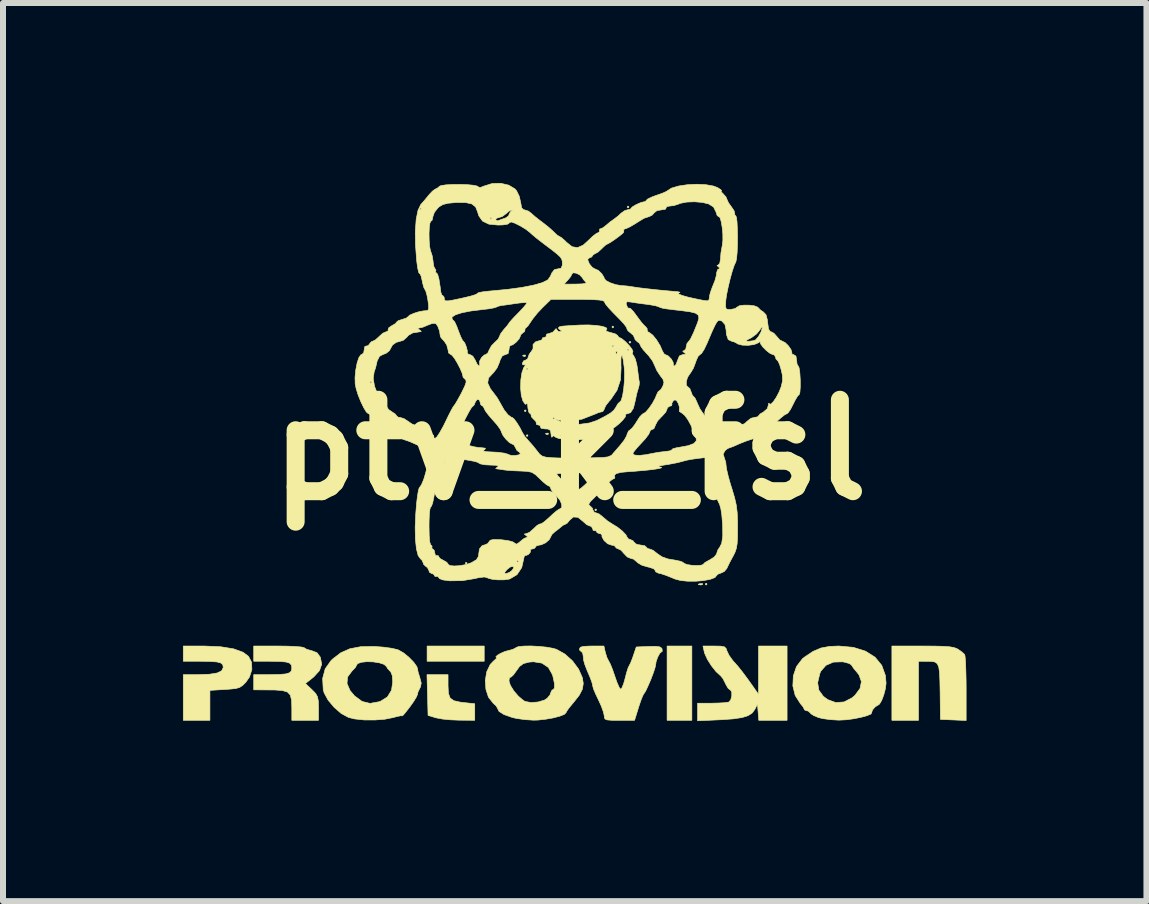
<source format=kicad_pcb>
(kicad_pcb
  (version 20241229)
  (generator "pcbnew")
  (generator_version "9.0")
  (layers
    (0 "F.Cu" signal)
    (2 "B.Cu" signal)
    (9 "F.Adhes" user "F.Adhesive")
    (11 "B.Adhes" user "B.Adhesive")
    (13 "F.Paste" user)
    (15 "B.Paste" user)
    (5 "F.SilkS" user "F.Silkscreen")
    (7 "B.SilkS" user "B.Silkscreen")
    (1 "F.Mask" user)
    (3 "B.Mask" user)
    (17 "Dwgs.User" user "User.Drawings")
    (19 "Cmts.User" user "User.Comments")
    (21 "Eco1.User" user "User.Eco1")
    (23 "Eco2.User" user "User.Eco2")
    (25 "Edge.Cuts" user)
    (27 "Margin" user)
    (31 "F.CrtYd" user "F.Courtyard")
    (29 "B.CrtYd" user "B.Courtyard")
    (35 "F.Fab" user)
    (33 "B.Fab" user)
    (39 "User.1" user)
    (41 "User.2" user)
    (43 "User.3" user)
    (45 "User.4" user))
  (footprint "ptv_k_fsl"
    (layer "F.Cu")
    (at 6.45 4.448)
    (property "Reference" "ptv_k_fsl" (at 0 0 0) (layer "F.SilkS") (effects (font (size 1.524 1.524) (thickness 0.3))))
    (attr through_hole)
    (fp_poly (pts (xy -1.714 1.889) (xy -1.73 1.905) (xy -1.746 1.889) (xy -1.73 1.873) (xy -1.714 1.889)) (stroke (width 0.01) (type solid)) (fill yes) (layer "F.SilkS"))
    (fp_poly (pts (xy -1.429 3.524) (xy -2.381 3.524) (xy -2.381 3.27) (xy -1.429 3.27) (xy -1.429 3.524)) (stroke (width 0.01) (type solid)) (fill yes) (layer "F.SilkS"))
    (fp_poly (pts (xy -0.73 -0.651) (xy -0.746 -0.635) (xy -0.762 -0.651) (xy -0.746 -0.667) (xy -0.73 -0.651)) (stroke (width 0.01) (type solid)) (fill yes) (layer "F.SilkS"))
    (fp_poly (pts (xy -0.699 -0.238) (xy -0.714 -0.222) (xy -0.73 -0.238) (xy -0.714 -0.254) (xy -0.699 -0.238)) (stroke (width 0.01) (type solid)) (fill yes) (layer "F.SilkS"))
    (fp_poly (pts (xy 0.445 1) (xy 0.429 1.016) (xy 0.413 1) (xy 0.429 0.984) (xy 0.445 1)) (stroke (width 0.01) (type solid)) (fill yes) (layer "F.SilkS"))
    (fp_poly (pts (xy 0.73 -2.048) (xy 0.714 -2.032) (xy 0.699 -2.048) (xy 0.714 -2.064) (xy 0.73 -2.048)) (stroke (width 0.01) (type solid)) (fill yes) (layer "F.SilkS"))
    (fp_poly (pts (xy 0.984 -4.048) (xy 0.968 -4.032) (xy 0.953 -4.048) (xy 0.968 -4.064) (xy 0.984 -4.048)) (stroke (width 0.01) (type solid)) (fill yes) (layer "F.SilkS"))
    (fp_poly (pts (xy 1.016 -1.794) (xy 1 -1.778) (xy 0.984 -1.794) (xy 1 -1.81) (xy 1.016 -1.794)) (stroke (width 0.01) (type solid)) (fill yes) (layer "F.SilkS"))
    (fp_poly (pts (xy 2.032 4.508) (xy 1.619 4.508) (xy 1.619 3.27) (xy 2.032 3.27) (xy 2.032 4.508)) (stroke (width 0.01) (type solid)) (fill yes) (layer "F.SilkS"))
    (fp_poly (pts (xy 2.286 2.238) (xy 2.27 2.254) (xy 2.254 2.238) (xy 2.27 2.223) (xy 2.286 2.238)) (stroke (width 0.01) (type solid)) (fill yes) (layer "F.SilkS"))
    (fp_poly (pts (xy -0.741 -1.577) (xy -0.745 -1.558) (xy -0.762 -1.556) (xy -0.788 -1.567) (xy -0.783 -1.577) (xy -0.745 -1.581) (xy -0.741 -1.577)) (stroke (width 0.01) (type solid)) (fill yes) (layer "F.SilkS"))
    (fp_poly (pts (xy -0.36 -0.275) (xy -0.364 -0.256) (xy -0.381 -0.254) (xy -0.407 -0.266) (xy -0.402 -0.275) (xy -0.364 -0.279) (xy -0.36 -0.275)) (stroke (width 0.01) (type solid)) (fill yes) (layer "F.SilkS"))
    (fp_poly (pts (xy 2.214 2.235) (xy 2.204 2.249) (xy 2.172 2.252) (xy 2.138 2.244) (xy 2.153 2.233) (xy 2.203 2.229) (xy 2.214 2.235)) (stroke (width 0.01) (type solid)) (fill yes) (layer "F.SilkS"))
    (fp_poly (pts (xy -2.032 3.933) (xy -2.026 4.058) (xy -1.998 4.136) (xy -1.937 4.181) (xy -1.831 4.205) (xy -1.764 4.213) (xy -1.587 4.232) (xy -1.587 4.508) (xy -1.849 4.506) (xy -1.992 4.5) (xy -2.126 4.487) (xy -2.227 4.468) (xy -2.238 4.465) (xy -2.365 4.427) (xy -2.383 3.747) (xy -2.032 3.747) (xy -2.032 3.933)) (stroke (width 0.01) (type solid)) (fill yes) (layer "F.SilkS"))
    (fp_poly (pts (xy 6.074 3.271) (xy 6.22 3.275) (xy 6.323 3.282) (xy 6.395 3.294) (xy 6.445 3.311) (xy 6.47 3.325) (xy 6.538 3.373) (xy 6.58 3.412) (xy 6.587 3.454) (xy 6.594 3.547) (xy 6.599 3.682) (xy 6.603 3.846) (xy 6.604 3.978) (xy 6.604 4.511) (xy 6.39 4.502) (xy 6.175 4.493) (xy 6.17 4.035) (xy 6.166 3.845) (xy 6.16 3.709) (xy 6.147 3.619) (xy 6.122 3.564) (xy 6.082 3.536) (xy 6.022 3.526) (xy 5.945 3.525) (xy 5.81 3.524) (xy 5.81 4.508) (xy 5.366 4.508) (xy 5.366 3.27) (xy 5.875 3.27) (xy 6.074 3.271)) (stroke (width 0.01) (type solid)) (fill yes) (layer "F.SilkS"))
    (fp_poly (pts (xy -5.822 3.282) (xy -5.606 3.317) (xy -5.447 3.375) (xy -5.358 3.442) (xy -5.307 3.54) (xy -5.302 3.661) (xy -5.341 3.785) (xy -5.401 3.872) (xy -5.455 3.926) (xy -5.506 3.96) (xy -5.573 3.979) (xy -5.676 3.989) (xy -5.75 3.994) (xy -6.001 4.009) (xy -6.001 4.508) (xy -6.445 4.508) (xy -6.445 3.747) (xy -6.193 3.747) (xy -6.007 3.74) (xy -5.879 3.719) (xy -5.804 3.682) (xy -5.779 3.628) (xy -5.779 3.624) (xy -5.787 3.581) (xy -5.819 3.553) (xy -5.885 3.535) (xy -5.994 3.527) (xy -6.156 3.524) (xy -6.162 3.524) (xy -6.445 3.524) (xy -6.445 3.27) (xy -6.092 3.27) (xy -5.822 3.282)) (stroke (width 0.01) (type solid)) (fill yes) (layer "F.SilkS"))
    (fp_poly (pts (xy -4.705 3.272) (xy -4.573 3.278) (xy -4.479 3.286) (xy -4.433 3.297) (xy -4.431 3.298) (xy -4.391 3.323) (xy -4.316 3.345) (xy -4.306 3.347) (xy -4.215 3.382) (xy -4.161 3.456) (xy -4.16 3.46) (xy -4.138 3.573) (xy -4.175 3.68) (xy -4.272 3.786) (xy -4.292 3.802) (xy -4.409 3.895) (xy -4.3 3.998) (xy -4.24 4.059) (xy -4.208 4.115) (xy -4.194 4.188) (xy -4.191 4.3) (xy -4.191 4.305) (xy -4.191 4.508) (xy -4.636 4.508) (xy -4.636 4.298) (xy -4.64 4.172) (xy -4.661 4.088) (xy -4.708 4.037) (xy -4.793 4.012) (xy -4.925 4.002) (xy -5.009 4.002) (xy -5.271 4) (xy -5.271 3.747) (xy -5.003 3.747) (xy -4.844 3.744) (xy -4.738 3.735) (xy -4.674 3.716) (xy -4.644 3.685) (xy -4.636 3.637) (xy -4.636 3.635) (xy -4.643 3.587) (xy -4.673 3.555) (xy -4.735 3.536) (xy -4.84 3.527) (xy -4.998 3.524) (xy -5.003 3.524) (xy -5.271 3.524) (xy -5.271 3.27) (xy -4.86 3.27) (xy -4.705 3.272)) (stroke (width 0.01) (type solid)) (fill yes) (layer "F.SilkS"))
    (fp_poly (pts (xy 2.513 3.272) (xy 2.573 3.283) (xy 2.602 3.309) (xy 2.616 3.349) (xy 2.651 3.424) (xy 2.711 3.508) (xy 2.723 3.522) (xy 2.799 3.607) (xy 2.87 3.696) (xy 2.951 3.804) (xy 3.033 3.919) (xy 3.143 4.075) (xy 3.143 3.27) (xy 3.619 3.27) (xy 3.619 4.508) (xy 3.147 4.508) (xy 3.137 4.374) (xy 3.126 4.239) (xy 3.083 4.324) (xy 3.039 4.385) (xy 2.97 4.43) (xy 2.869 4.462) (xy 2.724 4.484) (xy 2.527 4.498) (xy 2.484 4.5) (xy 2.127 4.516) (xy 2.127 4.223) (xy 2.363 4.223) (xy 2.485 4.22) (xy 2.586 4.214) (xy 2.646 4.204) (xy 2.649 4.203) (xy 2.68 4.167) (xy 2.697 4.104) (xy 2.697 4.041) (xy 2.677 4.003) (xy 2.667 4) (xy 2.636 3.974) (xy 2.598 3.909) (xy 2.591 3.893) (xy 2.55 3.813) (xy 2.507 3.761) (xy 2.502 3.758) (xy 2.435 3.696) (xy 2.358 3.599) (xy 2.29 3.491) (xy 2.246 3.394) (xy 2.24 3.373) (xy 2.217 3.27) (xy 2.407 3.27) (xy 2.513 3.272)) (stroke (width 0.01) (type solid)) (fill yes) (layer "F.SilkS"))
    (fp_poly (pts (xy 4.723 3.292) (xy 4.925 3.355) (xy 5.085 3.456) (xy 5.197 3.592) (xy 5.258 3.761) (xy 5.269 3.889) (xy 5.258 3.981) (xy 5.231 4.084) (xy 5.196 4.176) (xy 5.16 4.237) (xy 5.144 4.249) (xy 5.09 4.282) (xy 5.045 4.332) (xy 5.029 4.375) (xy 5.031 4.38) (xy 5.016 4.404) (xy 4.951 4.431) (xy 4.852 4.458) (xy 4.733 4.482) (xy 4.608 4.499) (xy 4.493 4.505) (xy 4.475 4.505) (xy 4.343 4.497) (xy 4.216 4.48) (xy 4.145 4.463) (xy 4.064 4.43) (xy 4.013 4.396) (xy 4.008 4.387) (xy 3.969 4.353) (xy 3.95 4.35) (xy 3.91 4.335) (xy 3.905 4.324) (xy 3.886 4.284) (xy 3.841 4.23) (xy 3.754 4.093) (xy 3.715 3.933) (xy 3.718 3.881) (xy 4.129 3.881) (xy 4.148 4.005) (xy 4.223 4.108) (xy 4.296 4.163) (xy 4.43 4.212) (xy 4.569 4.202) (xy 4.704 4.132) (xy 4.75 4.092) (xy 4.835 3.978) (xy 4.858 3.863) (xy 4.818 3.752) (xy 4.782 3.705) (xy 4.727 3.64) (xy 4.695 3.591) (xy 4.694 3.588) (xy 4.658 3.562) (xy 4.581 3.54) (xy 4.543 3.533) (xy 4.391 3.538) (xy 4.268 3.591) (xy 4.183 3.687) (xy 4.165 3.727) (xy 4.129 3.881) (xy 3.718 3.881) (xy 3.723 3.768) (xy 3.776 3.612) (xy 3.874 3.483) (xy 3.91 3.454) (xy 4.052 3.359) (xy 4.184 3.303) (xy 4.33 3.276) (xy 4.481 3.27) (xy 4.723 3.292)) (stroke (width 0.01) (type solid)) (fill yes) (layer "F.SilkS"))
    (fp_poly (pts (xy 0.589 3.373) (xy 0.615 3.459) (xy 0.646 3.521) (xy 0.647 3.521) (xy 0.674 3.573) (xy 0.711 3.665) (xy 0.748 3.773) (xy 0.785 3.878) (xy 0.819 3.957) (xy 0.844 3.991) (xy 0.844 3.991) (xy 0.866 3.968) (xy 0.894 3.899) (xy 0.917 3.818) (xy 0.944 3.714) (xy 0.969 3.635) (xy 0.984 3.604) (xy 1.009 3.556) (xy 1.042 3.473) (xy 1.057 3.429) (xy 1.105 3.286) (xy 1.31 3.277) (xy 1.428 3.275) (xy 1.497 3.284) (xy 1.53 3.307) (xy 1.535 3.317) (xy 1.539 3.358) (xy 1.528 3.365) (xy 1.497 3.392) (xy 1.462 3.456) (xy 1.436 3.532) (xy 1.429 3.581) (xy 1.417 3.636) (xy 1.387 3.726) (xy 1.346 3.833) (xy 1.301 3.937) (xy 1.262 4.021) (xy 1.234 4.064) (xy 1.232 4.065) (xy 1.212 4.102) (xy 1.18 4.183) (xy 1.144 4.29) (xy 1.143 4.295) (xy 1.077 4.508) (xy 0.824 4.508) (xy 0.699 4.508) (xy 0.623 4.502) (xy 0.586 4.488) (xy 0.573 4.462) (xy 0.572 4.434) (xy 0.557 4.367) (xy 0.521 4.268) (xy 0.477 4.172) (xy 0.428 4.069) (xy 0.393 3.986) (xy 0.381 3.942) (xy 0.369 3.885) (xy 0.34 3.804) (xy 0.338 3.799) (xy 0.281 3.665) (xy 0.246 3.573) (xy 0.228 3.508) (xy 0.222 3.456) (xy 0.222 3.443) (xy 0.211 3.384) (xy 0.191 3.365) (xy 0.162 3.34) (xy 0.159 3.318) (xy 0.173 3.291) (xy 0.222 3.276) (xy 0.319 3.271) (xy 0.363 3.27) (xy 0.566 3.27) (xy 0.589 3.373)) (stroke (width 0.01) (type solid)) (fill yes) (layer "F.SilkS"))
    (fp_poly (pts (xy -3.247 3.278) (xy -3.105 3.289) (xy -2.975 3.307) (xy -2.878 3.329) (xy -2.859 3.336) (xy -2.773 3.385) (xy -2.683 3.459) (xy -2.604 3.54) (xy -2.552 3.613) (xy -2.541 3.649) (xy -2.53 3.708) (xy -2.504 3.792) (xy -2.501 3.801) (xy -2.479 3.888) (xy -2.491 3.951) (xy -2.501 3.97) (xy -2.533 4.036) (xy -2.54 4.072) (xy -2.558 4.117) (xy -2.605 4.195) (xy -2.667 4.282) (xy -2.731 4.365) (xy -2.776 4.419) (xy -2.794 4.434) (xy -2.794 4.434) (xy -2.821 4.432) (xy -2.891 4.447) (xy -2.945 4.462) (xy -3.085 4.49) (xy -3.255 4.503) (xy -3.431 4.502) (xy -3.59 4.485) (xy -3.692 4.46) (xy -3.813 4.394) (xy -3.931 4.291) (xy -4.032 4.171) (xy -4.097 4.051) (xy -4.112 3.999) (xy -4.118 3.894) (xy -3.716 3.894) (xy -3.666 4.011) (xy -3.59 4.101) (xy -3.464 4.194) (xy -3.332 4.226) (xy -3.183 4.199) (xy -3.158 4.191) (xy -3.042 4.118) (xy -2.974 4.006) (xy -2.954 3.867) (xy -2.962 3.762) (xy -2.987 3.7) (xy -2.995 3.693) (xy -3.042 3.642) (xy -3.056 3.614) (xy -3.098 3.576) (xy -3.178 3.55) (xy -3.28 3.534) (xy -3.387 3.531) (xy -3.479 3.541) (xy -3.541 3.564) (xy -3.556 3.59) (xy -3.578 3.63) (xy -3.631 3.685) (xy -3.635 3.689) (xy -3.706 3.785) (xy -3.716 3.894) (xy -4.118 3.894) (xy -4.122 3.81) (xy -4.08 3.651) (xy -3.984 3.515) (xy -3.957 3.488) (xy -3.819 3.382) (xy -3.667 3.315) (xy -3.486 3.281) (xy -3.262 3.277) (xy -3.247 3.278)) (stroke (width 0.01) (type solid)) (fill yes) (layer "F.SilkS"))
    (fp_poly (pts (xy -0.519 3.276) (xy -0.389 3.289) (xy -0.279 3.309) (xy -0.225 3.325) (xy -0.085 3.403) (xy 0.043 3.518) (xy 0.144 3.655) (xy 0.207 3.797) (xy 0.222 3.895) (xy 0.207 3.989) (xy 0.156 4.089) (xy 0.061 4.21) (xy 0.043 4.231) (xy -0.018 4.305) (xy -0.057 4.362) (xy -0.064 4.379) (xy -0.093 4.409) (xy -0.169 4.439) (xy -0.279 4.468) (xy -0.405 4.49) (xy -0.533 4.504) (xy -0.608 4.506) (xy -0.746 4.497) (xy -0.886 4.478) (xy -0.961 4.461) (xy -1.1 4.412) (xy -1.183 4.359) (xy -1.206 4.311) (xy -1.229 4.27) (xy -1.28 4.222) (xy -1.358 4.124) (xy -1.401 3.991) (xy -1.41 3.853) (xy -1.016 3.853) (xy -0.993 3.926) (xy -0.936 4.017) (xy -0.859 4.107) (xy -0.779 4.175) (xy -0.746 4.194) (xy -0.649 4.212) (xy -0.531 4.203) (xy -0.425 4.171) (xy -0.379 4.141) (xy -0.332 4.084) (xy -0.318 4.043) (xy -0.299 4.004) (xy -0.286 4) (xy -0.259 3.973) (xy -0.258 3.897) (xy -0.283 3.78) (xy -0.293 3.746) (xy -0.36 3.627) (xy -0.467 3.555) (xy -0.609 3.532) (xy -0.68 3.538) (xy -0.775 3.562) (xy -0.841 3.611) (xy -0.891 3.681) (xy -0.942 3.751) (xy -0.981 3.787) (xy -0.992 3.789) (xy -1.01 3.804) (xy -1.016 3.853) (xy -1.41 3.853) (xy -1.411 3.843) (xy -1.387 3.699) (xy -1.329 3.578) (xy -1.278 3.524) (xy -1.23 3.481) (xy -1.219 3.461) (xy -1.22 3.461) (xy -1.236 3.45) (xy -1.209 3.424) (xy -1.154 3.391) (xy -1.087 3.362) (xy -1.036 3.348) (xy -0.956 3.327) (xy -0.906 3.303) (xy -0.903 3.298) (xy -0.86 3.28) (xy -0.771 3.271) (xy -0.651 3.269) (xy -0.519 3.276)) (stroke (width 0.01) (type solid)) (fill yes) (layer "F.SilkS"))
    (fp_poly (pts (xy 0.436 -2.074) (xy 0.537 -2.059) (xy 0.601 -2.038) (xy 0.617 -2.014) (xy 0.603 -2) (xy 0.603 -1.98) (xy 0.658 -1.96) (xy 0.679 -1.955) (xy 0.754 -1.934) (xy 0.792 -1.909) (xy 0.794 -1.904) (xy 0.817 -1.874) (xy 0.823 -1.873) (xy 0.864 -1.853) (xy 0.923 -1.805) (xy 0.983 -1.743) (xy 1.031 -1.683) (xy 1.05 -1.642) (xy 1.047 -1.634) (xy 1.039 -1.6) (xy 1.061 -1.57) (xy 1.09 -1.514) (xy 1.115 -1.419) (xy 1.127 -1.341) (xy 1.14 -1.237) (xy 1.151 -1.157) (xy 1.157 -1.127) (xy 1.153 -1.075) (xy 1.138 -1.02) (xy 1.113 -0.935) (xy 1.092 -0.834) (xy 1.091 -0.829) (xy 1.058 -0.694) (xy 1.01 -0.62) (xy 0.962 -0.603) (xy 0.928 -0.594) (xy 0.93 -0.583) (xy 0.924 -0.551) (xy 0.881 -0.496) (xy 0.817 -0.433) (xy 0.749 -0.378) (xy 0.69 -0.346) (xy 0.682 -0.343) (xy 0.634 -0.316) (xy 0.627 -0.292) (xy 0.61 -0.258) (xy 0.59 -0.254) (xy 0.542 -0.232) (xy 0.533 -0.218) (xy 0.497 -0.198) (xy 0.412 -0.184) (xy 0.295 -0.174) (xy 0.162 -0.17) (xy 0.026 -0.171) (xy -0.096 -0.178) (xy -0.188 -0.19) (xy -0.235 -0.208) (xy -0.276 -0.236) (xy -0.297 -0.214) (xy -0.308 -0.212) (xy -0.312 -0.238) (xy -0.159 -0.238) (xy -0.143 -0.222) (xy -0.127 -0.238) (xy -0.143 -0.254) (xy -0.159 -0.238) (xy -0.312 -0.238) (xy -0.315 -0.26) (xy -0.315 -0.262) (xy -0.326 -0.324) (xy -0.367 -0.347) (xy -0.415 -0.349) (xy -0.478 -0.358) (xy -0.493 -0.38) (xy -0.492 -0.381) (xy -0.5 -0.408) (xy -0.524 -0.413) (xy -0.56 -0.425) (xy -0.559 -0.439) (xy -0.569 -0.475) (xy -0.599 -0.504) (xy -0.238 -0.504) (xy -0.127 -0.459) (xy 0.005 -0.429) (xy 0.165 -0.426) (xy 0.325 -0.448) (xy 0.445 -0.488) (xy 0.583 -0.558) (xy 0.674 -0.612) (xy 0.731 -0.66) (xy 0.765 -0.708) (xy 0.769 -0.717) (xy 0.803 -0.774) (xy 0.828 -0.794) (xy 0.854 -0.823) (xy 0.877 -0.9) (xy 0.895 -1.011) (xy 0.907 -1.139) (xy 0.91 -1.27) (xy 0.905 -1.368) (xy 0.888 -1.5) (xy 0.871 -1.57) (xy 0.858 -1.577) (xy 0.85 -1.521) (xy 0.85 -1.403) (xy 0.852 -1.369) (xy 0.842 -1.166) (xy 0.785 -0.994) (xy 0.677 -0.835) (xy 0.651 -0.807) (xy 0.598 -0.739) (xy 0.572 -0.684) (xy 0.572 -0.678) (xy 0.548 -0.639) (xy 0.532 -0.635) (xy 0.476 -0.621) (xy 0.413 -0.594) (xy 0.2 -0.511) (xy -0.003 -0.481) (xy -0.086 -0.485) (xy -0.238 -0.504) (xy -0.599 -0.504) (xy -0.603 -0.508) (xy -0.618 -0.524) (xy -0.286 -0.524) (xy -0.27 -0.508) (xy -0.254 -0.524) (xy -0.27 -0.54) (xy -0.286 -0.524) (xy -0.618 -0.524) (xy -0.644 -0.551) (xy -0.647 -0.577) (xy -0.655 -0.602) (xy -0.665 -0.603) (xy -0.688 -0.631) (xy -0.701 -0.699) (xy -0.701 -0.706) (xy -0.707 -0.764) (xy -0.718 -0.773) (xy -0.72 -0.768) (xy -0.744 -0.759) (xy -0.781 -0.81) (xy -0.784 -0.815) (xy -0.811 -0.907) (xy -0.823 -1.031) (xy -0.819 -1.165) (xy -0.801 -1.285) (xy -0.778 -1.349) (xy -0.73 -1.349) (xy -0.714 -1.333) (xy -0.699 -1.349) (xy -0.714 -1.365) (xy -0.73 -1.349) (xy -0.778 -1.349) (xy -0.77 -1.37) (xy -0.764 -1.379) (xy -0.74 -1.416) (xy -0.754 -1.416) (xy -0.788 -1.418) (xy -0.794 -1.443) (xy -0.769 -1.486) (xy -0.746 -1.492) (xy -0.704 -1.517) (xy -0.699 -1.538) (xy -0.678 -1.595) (xy -0.659 -1.619) (xy 0.762 -1.619) (xy 0.774 -1.593) (xy 0.783 -1.598) (xy 0.787 -1.636) (xy 0.783 -1.64) (xy 0.764 -1.636) (xy 0.762 -1.619) (xy -0.659 -1.619) (xy -0.649 -1.633) (xy -0.626 -1.667) (xy 0.953 -1.667) (xy 0.968 -1.651) (xy 0.984 -1.667) (xy 0.968 -1.683) (xy 0.953 -1.667) (xy -0.626 -1.667) (xy -0.616 -1.682) (xy -0.615 -1.708) (xy -0.615 -1.73) (xy 0.699 -1.73) (xy 0.714 -1.714) (xy 0.73 -1.73) (xy 0.714 -1.746) (xy 0.699 -1.73) (xy -0.615 -1.73) (xy -0.615 -1.757) (xy -0.572 -1.801) (xy -0.515 -1.818) (xy -0.469 -1.832) (xy -0.464 -1.848) (xy -0.453 -1.87) (xy -0.429 -1.873) (xy -0.394 -1.888) (xy -0.397 -1.905) (xy -0.387 -1.93) (xy -0.353 -1.937) (xy -0.285 -1.962) (xy -0.257 -1.992) (xy -0.231 -2.021) (xy -0.223 -2.008) (xy -0.196 -1.976) (xy -0.167 -1.971) (xy -0.137 -1.979) (xy -0.151 -1.99) (xy -0.188 -2.019) (xy -0.191 -2.029) (xy -0.186 -2.044) (xy -0.167 -2.054) (xy -0.121 -2.062) (xy -0.038 -2.068) (xy 0.093 -2.076) (xy 0.165 -2.08) (xy 0.308 -2.082) (xy 0.436 -2.074)) (stroke (width 0.01) (type solid)) (fill yes) (layer "F.SilkS"))
    (fp_poly (pts (xy -1.021 -4.412) (xy -0.917 -4.35) (xy -0.89 -4.319) (xy -0.844 -4.225) (xy -0.821 -4.119) (xy -0.82 -4.117) (xy -0.806 -4.035) (xy -0.773 -4.002) (xy -0.757 -4) (xy -0.692 -3.979) (xy -0.644 -3.942) (xy -0.584 -3.889) (xy -0.498 -3.821) (xy -0.46 -3.793) (xy -0.369 -3.722) (xy -0.288 -3.651) (xy -0.266 -3.629) (xy -0.212 -3.578) (xy -0.175 -3.556) (xy -0.174 -3.556) (xy -0.139 -3.535) (xy -0.08 -3.483) (xy -0.059 -3.461) (xy 0.035 -3.386) (xy 0.125 -3.37) (xy 0.22 -3.412) (xy 0.309 -3.492) (xy 0.383 -3.563) (xy 0.444 -3.609) (xy 0.47 -3.619) (xy 0.496 -3.637) (xy 0.492 -3.651) (xy 0.495 -3.681) (xy 0.506 -3.683) (xy 0.553 -3.703) (xy 0.598 -3.739) (xy 0.672 -3.801) (xy 0.73 -3.842) (xy 0.806 -3.9) (xy 0.853 -3.945) (xy 0.916 -3.989) (xy 0.96 -4.001) (xy 1.007 -4.012) (xy 1.016 -4.024) (xy 1.042 -4.051) (xy 1.103 -4.087) (xy 1.175 -4.119) (xy 1.233 -4.135) (xy 1.246 -4.135) (xy 1.269 -4.151) (xy 1.27 -4.157) (xy 1.298 -4.182) (xy 1.369 -4.216) (xy 1.437 -4.241) (xy 1.532 -4.274) (xy 1.599 -4.303) (xy 1.619 -4.315) (xy 1.691 -4.362) (xy 1.809 -4.397) (xy 1.955 -4.419) (xy 2.112 -4.427) (xy 2.264 -4.42) (xy 2.393 -4.397) (xy 2.461 -4.371) (xy 2.515 -4.336) (xy 2.528 -4.318) (xy 2.524 -4.317) (xy 2.52 -4.301) (xy 2.55 -4.272) (xy 2.6 -4.216) (xy 2.616 -4.178) (xy 2.641 -4.121) (xy 2.691 -4.05) (xy 2.694 -4.047) (xy 2.736 -3.984) (xy 2.747 -3.939) (xy 2.746 -3.936) (xy 2.75 -3.907) (xy 2.762 -3.905) (xy 2.775 -3.876) (xy 2.785 -3.798) (xy 2.79 -3.686) (xy 2.793 -3.555) (xy 2.792 -3.42) (xy 2.787 -3.295) (xy 2.778 -3.195) (xy 2.766 -3.135) (xy 2.762 -3.127) (xy 2.737 -3.073) (xy 2.704 -2.973) (xy 2.669 -2.847) (xy 2.637 -2.712) (xy 2.611 -2.586) (xy 2.597 -2.487) (xy 2.597 -2.477) (xy 2.593 -2.389) (xy 2.605 -2.348) (xy 2.642 -2.339) (xy 2.683 -2.341) (xy 2.753 -2.355) (xy 2.788 -2.38) (xy 2.825 -2.402) (xy 2.9 -2.412) (xy 2.991 -2.411) (xy 3.075 -2.4) (xy 3.128 -2.379) (xy 3.134 -2.373) (xy 3.181 -2.326) (xy 3.223 -2.299) (xy 3.268 -2.252) (xy 3.291 -2.165) (xy 3.296 -2.116) (xy 3.31 -2.015) (xy 3.338 -1.971) (xy 3.351 -1.969) (xy 3.399 -1.944) (xy 3.448 -1.889) (xy 3.498 -1.832) (xy 3.541 -1.81) (xy 3.588 -1.787) (xy 3.641 -1.734) (xy 3.684 -1.672) (xy 3.699 -1.623) (xy 3.697 -1.616) (xy 3.706 -1.591) (xy 3.729 -1.587) (xy 3.767 -1.562) (xy 3.778 -1.492) (xy 3.786 -1.425) (xy 3.805 -1.397) (xy 3.805 -1.397) (xy 3.819 -1.368) (xy 3.831 -1.291) (xy 3.838 -1.181) (xy 3.839 -1.159) (xy 3.839 -1.045) (xy 3.833 -0.961) (xy 3.822 -0.922) (xy 3.819 -0.921) (xy 3.793 -0.894) (xy 3.753 -0.826) (xy 3.721 -0.762) (xy 3.676 -0.674) (xy 3.636 -0.617) (xy 3.618 -0.603) (xy 3.578 -0.583) (xy 3.514 -0.532) (xy 3.488 -0.508) (xy 3.417 -0.449) (xy 3.358 -0.416) (xy 3.345 -0.413) (xy 3.306 -0.396) (xy 3.302 -0.385) (xy 3.275 -0.356) (xy 3.232 -0.338) (xy 3.186 -0.317) (xy 3.183 -0.299) (xy 3.184 -0.263) (xy 3.138 -0.221) (xy 3.06 -0.185) (xy 3.033 -0.178) (xy 2.944 -0.149) (xy 2.837 -0.107) (xy 2.805 -0.093) (xy 2.721 -0.056) (xy 2.663 -0.035) (xy 2.651 -0.032) (xy 2.615 -0.012) (xy 2.584 0.015) (xy 2.554 0.071) (xy 2.57 0.124) (xy 2.597 0.206) (xy 2.603 0.267) (xy 2.613 0.332) (xy 2.638 0.439) (xy 2.675 0.571) (xy 2.699 0.646) (xy 2.744 0.797) (xy 2.773 0.924) (xy 2.788 1.051) (xy 2.794 1.205) (xy 2.794 1.292) (xy 2.793 1.451) (xy 2.787 1.563) (xy 2.773 1.644) (xy 2.75 1.711) (xy 2.715 1.78) (xy 2.714 1.781) (xy 2.664 1.874) (xy 2.626 1.952) (xy 2.615 1.977) (xy 2.572 2.028) (xy 2.52 2.052) (xy 2.463 2.074) (xy 2.445 2.094) (xy 2.416 2.129) (xy 2.338 2.158) (xy 2.227 2.179) (xy 2.098 2.19) (xy 1.966 2.19) (xy 1.845 2.178) (xy 1.756 2.155) (xy 1.668 2.119) (xy 1.603 2.093) (xy 1.519 2.065) (xy 1.476 2.056) (xy 1.428 2.032) (xy 1.42 2.009) (xy 1.396 1.983) (xy 1.329 1.959) (xy 1.293 1.951) (xy 1.198 1.923) (xy 1.128 1.881) (xy 1.117 1.869) (xy 1.059 1.821) (xy 1.015 1.81) (xy 0.955 1.785) (xy 0.902 1.73) (xy 0.851 1.673) (xy 0.806 1.651) (xy 0.766 1.633) (xy 0.762 1.619) (xy 0.735 1.595) (xy 0.69 1.587) (xy 0.628 1.565) (xy 0.569 1.512) (xy 0.534 1.45) (xy 0.533 1.421) (xy 0.514 1.4) (xy 0.492 1.397) (xy 0.45 1.379) (xy 0.445 1.363) (xy 0.425 1.344) (xy 0.413 1.349) (xy 0.386 1.342) (xy 0.381 1.319) (xy 0.356 1.276) (xy 0.333 1.27) (xy 0.281 1.248) (xy 0.219 1.194) (xy 0.216 1.191) (xy 0.134 1.125) (xy 0.058 1.119) (xy -0.005 1.171) (xy -0.007 1.175) (xy -0.048 1.224) (xy -0.073 1.238) (xy -0.117 1.258) (xy -0.141 1.278) (xy -0.2 1.327) (xy -0.25 1.364) (xy -0.301 1.411) (xy -0.318 1.445) (xy -0.344 1.496) (xy -0.405 1.549) (xy -0.478 1.583) (xy -0.508 1.587) (xy -0.56 1.601) (xy -0.572 1.619) (xy -0.598 1.647) (xy -0.624 1.651) (xy -0.66 1.66) (xy -0.658 1.67) (xy -0.659 1.704) (xy -0.691 1.743) (xy -0.729 1.76) (xy -0.738 1.757) (xy -0.76 1.77) (xy -0.767 1.8) (xy -0.804 1.963) (xy -0.883 2.081) (xy -1.002 2.151) (xy -1.016 2.155) (xy -1.099 2.167) (xy -1.202 2.167) (xy -1.299 2.157) (xy -1.365 2.139) (xy -1.373 2.134) (xy -1.426 2.119) (xy -1.524 2.131) (xy -1.587 2.146) (xy -1.793 2.18) (xy -2.004 2.183) (xy -2.119 2.168) (xy -2.175 2.146) (xy -2.191 2.123) (xy -2.21 2.106) (xy -2.223 2.111) (xy -2.252 2.109) (xy -2.254 2.097) (xy -2.28 2.068) (xy -2.302 2.064) (xy -2.333 2.045) (xy -1.089 2.045) (xy -1.08 2.063) (xy -1.067 2.064) (xy -1.009 2.043) (xy -0.966 2.01) (xy -0.934 1.963) (xy -0.951 1.943) (xy -0.998 1.954) (xy -1.051 1.997) (xy -1.089 2.045) (xy -2.333 2.045) (xy -2.344 2.038) (xy -2.349 2.015) (xy -2.375 1.962) (xy -2.397 1.948) (xy -2.439 1.909) (xy -2.445 1.887) (xy -2.469 1.835) (xy -2.489 1.819) (xy -2.53 1.763) (xy -2.559 1.651) (xy -2.576 1.492) (xy -2.58 1.293) (xy -2.579 1.27) (xy -2.349 1.27) (xy -2.346 1.429) (xy -2.337 1.535) (xy -2.322 1.585) (xy -2.316 1.587) (xy -2.297 1.607) (xy -2.302 1.619) (xy -2.299 1.649) (xy -2.288 1.651) (xy -2.261 1.678) (xy -2.254 1.716) (xy -2.242 1.76) (xy -2.223 1.762) (xy -2.193 1.765) (xy -2.191 1.777) (xy -2.164 1.812) (xy -2.111 1.841) (xy -2.052 1.875) (xy -2.032 1.904) (xy -2.004 1.928) (xy -1.933 1.936) (xy -1.837 1.931) (xy -1.734 1.912) (xy -1.646 1.883) (xy -1.602 1.857) (xy -0.889 1.857) (xy -0.873 1.873) (xy -0.857 1.857) (xy -0.873 1.841) (xy -0.889 1.857) (xy -1.602 1.857) (xy -1.56 1.833) (xy -1.526 1.778) (xy -1.524 1.759) (xy -1.508 1.651) (xy -1.463 1.595) (xy -1.429 1.587) (xy -1.37 1.562) (xy -1.352 1.536) (xy -1.329 1.507) (xy -1.278 1.495) (xy -1.185 1.496) (xy -1.14 1.499) (xy -1.029 1.513) (xy -0.95 1.535) (xy -0.922 1.554) (xy -0.893 1.573) (xy -0.848 1.545) (xy -0.829 1.528) (xy -0.768 1.479) (xy -0.722 1.46) (xy -0.706 1.449) (xy -0.73 1.429) (xy -0.761 1.404) (xy -0.736 1.398) (xy -0.728 1.397) (xy -0.674 1.375) (xy -0.612 1.32) (xy -0.609 1.318) (xy -0.552 1.263) (xy -0.509 1.238) (xy -0.507 1.238) (xy -0.474 1.23) (xy -0.428 1.199) (xy -0.357 1.137) (xy -0.287 1.072) (xy -0.222 1.016) (xy -0.175 0.986) (xy -0.168 0.984) (xy -0.136 0.962) (xy -0.138 0.907) (xy -0.138 0.906) (xy 0.313 0.906) (xy 0.325 0.929) (xy 0.331 0.931) (xy 0.375 0.973) (xy 0.381 0.999) (xy 0.407 1.042) (xy 0.43 1.048) (xy 0.486 1.069) (xy 0.549 1.12) (xy 0.629 1.187) (xy 0.702 1.234) (xy 0.792 1.289) (xy 0.875 1.355) (xy 0.934 1.418) (xy 0.953 1.456) (xy 0.978 1.488) (xy 1.001 1.492) (xy 1.054 1.518) (xy 1.068 1.54) (xy 1.111 1.575) (xy 1.178 1.587) (xy 1.244 1.597) (xy 1.27 1.619) (xy 1.296 1.646) (xy 1.326 1.652) (xy 1.385 1.674) (xy 1.451 1.726) (xy 1.452 1.727) (xy 1.532 1.782) (xy 1.632 1.818) (xy 1.642 1.82) (xy 1.762 1.84) (xy 1.836 1.856) (xy 1.878 1.872) (xy 1.905 1.893) (xy 1.907 1.894) (xy 1.952 1.912) (xy 2.028 1.924) (xy 2.114 1.928) (xy 2.186 1.923) (xy 2.222 1.91) (xy 2.223 1.906) (xy 2.248 1.88) (xy 2.312 1.843) (xy 2.334 1.832) (xy 2.405 1.786) (xy 2.443 1.738) (xy 2.445 1.729) (xy 2.466 1.666) (xy 2.492 1.631) (xy 2.529 1.559) (xy 2.547 1.436) (xy 2.545 1.259) (xy 2.531 1.083) (xy 2.515 0.981) (xy 2.493 0.904) (xy 2.479 0.879) (xy 2.455 0.825) (xy 2.445 0.743) (xy 2.445 0.738) (xy 2.433 0.641) (xy 2.407 0.561) (xy 2.376 0.496) (xy 2.365 0.46) (xy 2.355 0.413) (xy 2.334 0.329) (xy 2.32 0.277) (xy 2.278 0.126) (xy 2.131 0.143) (xy 2.031 0.157) (xy 1.951 0.172) (xy 1.931 0.177) (xy 1.795 0.213) (xy 1.634 0.244) (xy 1.572 0.253) (xy 1.495 0.267) (xy 1.463 0.277) (xy 1.474 0.281) (xy 1.526 0.289) (xy 1.523 0.301) (xy 1.469 0.314) (xy 1.372 0.329) (xy 1.239 0.343) (xy 1.076 0.357) (xy 0.995 0.362) (xy 0.853 0.375) (xy 0.77 0.396) (xy 0.741 0.425) (xy 0.747 0.447) (xy 0.747 0.475) (xy 0.739 0.476) (xy 0.701 0.496) (xy 0.638 0.546) (xy 0.608 0.572) (xy 0.55 0.628) (xy 0.523 0.662) (xy 0.525 0.667) (xy 0.515 0.686) (xy 0.469 0.736) (xy 0.413 0.79) (xy 0.341 0.862) (xy 0.313 0.906) (xy -0.138 0.906) (xy -0.167 0.839) (xy -0.22 0.775) (xy -0.224 0.772) (xy -0.285 0.71) (xy -0.316 0.656) (xy -0.318 0.648) (xy -0.336 0.608) (xy -0.351 0.603) (xy -0.39 0.582) (xy -0.455 0.528) (xy -0.504 0.48) (xy -0.575 0.413) (xy -0.597 0.399) (xy -0.222 0.399) (xy -0.201 0.432) (xy -0.148 0.487) (xy -0.085 0.545) (xy -0.029 0.59) (xy -0.003 0.603) (xy 0.028 0.629) (xy 0.032 0.651) (xy 0.051 0.693) (xy 0.104 0.688) (xy 0.186 0.638) (xy 0.254 0.579) (xy 0.337 0.496) (xy 0.376 0.439) (xy 0.366 0.405) (xy 0.303 0.387) (xy 0.183 0.383) (xy 0.079 0.385) (xy -0.05 0.389) (xy -0.152 0.393) (xy -0.212 0.397) (xy -0.222 0.399) (xy -0.597 0.399) (xy -0.635 0.375) (xy -0.71 0.359) (xy -0.822 0.353) (xy -0.828 0.353) (xy -0.945 0.348) (xy -1.044 0.341) (xy -1.095 0.335) (xy -1.173 0.323) (xy -1.206 0.319) (xy -1.238 0.313) (xy -1.214 0.291) (xy -1.206 0.286) (xy -1.196 0.267) (xy -1.24 0.257) (xy -1.319 0.254) (xy -1.418 0.249) (xy -1.49 0.235) (xy -1.51 0.225) (xy -1.538 0.208) (xy -1.592 0.192) (xy -1.682 0.175) (xy -1.819 0.153) (xy -1.925 0.138) (xy -2.011 0.13) (xy -2.055 0.144) (xy -2.08 0.186) (xy -2.083 0.195) (xy -2.099 0.263) (xy -2.1 0.299) (xy -2.115 0.339) (xy -2.128 0.35) (xy -2.156 0.394) (xy -2.178 0.474) (xy -2.181 0.496) (xy -2.198 0.579) (xy -2.218 0.63) (xy -2.223 0.635) (xy -2.242 0.673) (xy -2.262 0.753) (xy -2.271 0.802) (xy -2.289 0.889) (xy -2.311 0.944) (xy -2.321 0.953) (xy -2.333 0.982) (xy -2.343 1.062) (xy -2.348 1.178) (xy -2.349 1.27) (xy -2.579 1.27) (xy -2.57 1.062) (xy -2.556 0.889) (xy -2.542 0.773) (xy -2.527 0.683) (xy -2.514 0.637) (xy -2.512 0.635) (xy -2.475 0.582) (xy -2.437 0.491) (xy -2.403 0.377) (xy -2.376 0.254) (xy -2.358 0.137) (xy -2.352 0.042) (xy -2.361 -0.019) (xy -2.378 -0.032) (xy -2.428 -0.035) (xy -2.478 -0.05) (xy -2.553 -0.085) (xy -2.572 -0.094) (xy -2.672 -0.138) (xy -2.766 -0.17) (xy -2.774 -0.172) (xy -2.87 -0.211) (xy -2.935 -0.268) (xy -2.953 -0.315) (xy -2.978 -0.345) (xy -3 -0.349) (xy -3.043 -0.366) (xy -3.048 -0.381) (xy -3.073 -0.411) (xy -3.088 -0.413) (xy -3.134 -0.433) (xy -3.202 -0.484) (xy -3.229 -0.508) (xy -3.298 -0.566) (xy -3.35 -0.6) (xy -3.361 -0.603) (xy -3.394 -0.631) (xy -3.438 -0.703) (xy -3.486 -0.803) (xy -3.531 -0.915) (xy -3.564 -1.022) (xy -3.58 -1.1) (xy -3.58 -1.127) (xy -3.334 -1.127) (xy -3.318 -1.111) (xy -3.302 -1.127) (xy -3.318 -1.143) (xy -3.334 -1.127) (xy -3.58 -1.127) (xy -3.582 -1.189) (xy -3.279 -1.189) (xy -3.257 -1.058) (xy -3.205 -0.928) (xy -3.135 -0.828) (xy -3.08 -0.763) (xy -3.05 -0.714) (xy -3.048 -0.707) (xy -3.023 -0.672) (xy -2.969 -0.635) (xy -2.911 -0.596) (xy -2.889 -0.566) (xy -2.863 -0.544) (xy -2.831 -0.54) (xy -2.765 -0.52) (xy -2.699 -0.476) (xy -2.633 -0.431) (xy -2.583 -0.413) (xy -2.544 -0.395) (xy -2.54 -0.383) (xy -2.513 -0.358) (xy -2.453 -0.343) (xy -2.391 -0.324) (xy -2.373 -0.294) (xy -2.354 -0.262) (xy -2.316 -0.254) (xy -2.272 -0.242) (xy -2.27 -0.222) (xy -2.265 -0.194) (xy -2.248 -0.191) (xy -2.241 -0.197) (xy -1.878 -0.197) (xy -1.877 -0.133) (xy -1.835 -0.101) (xy -1.794 -0.093) (xy -1.725 -0.081) (xy -1.619 -0.057) (xy -1.587 -0.049) (xy -1.519 -0.038) (xy -1.46 -0.034) (xy -1.409 -0.027) (xy -1.416 -0.009) (xy -1.429 0) (xy -1.442 0.02) (xy -1.401 0.03) (xy -1.333 0.034) (xy -1.197 0.041) (xy -1.089 0.056) (xy -1.027 0.075) (xy -1.021 0.08) (xy -0.977 0.094) (xy -0.911 0.094) (xy -0.851 0.083) (xy -0.826 0.064) (xy -0.848 0.033) (xy -0.855 0.032) (xy -0.887 0.006) (xy -0.905 -0.032) (xy -0.935 -0.083) (xy -0.959 -0.095) (xy -1.007 -0.119) (xy -1.066 -0.176) (xy -1.118 -0.243) (xy -1.143 -0.298) (xy -1.143 -0.302) (xy -1.164 -0.346) (xy -1.217 -0.419) (xy -1.286 -0.497) (xy -1.359 -0.581) (xy -1.411 -0.651) (xy -1.429 -0.689) (xy -1.448 -0.727) (xy -1.46 -0.73) (xy -1.489 -0.756) (xy -1.492 -0.776) (xy -1.509 -0.83) (xy -1.545 -0.841) (xy -1.576 -0.802) (xy -1.577 -0.797) (xy -1.599 -0.744) (xy -1.615 -0.73) (xy -1.642 -0.703) (xy -1.686 -0.629) (xy -1.743 -0.521) (xy -1.804 -0.391) (xy -1.842 -0.304) (xy -1.878 -0.197) (xy -2.241 -0.197) (xy -2.217 -0.217) (xy -2.169 -0.29) (xy -2.111 -0.394) (xy -2.082 -0.452) (xy -2.025 -0.57) (xy -1.977 -0.664) (xy -1.945 -0.72) (xy -1.937 -0.73) (xy -1.912 -0.764) (xy -1.868 -0.839) (xy -1.813 -0.939) (xy -1.809 -0.947) (xy -1.754 -1.06) (xy -1.735 -1.114) (xy -1.371 -1.114) (xy -1.326 -1.018) (xy -1.285 -0.965) (xy -1.213 -0.869) (xy -1.153 -0.765) (xy -1.152 -0.762) (xy -1.096 -0.664) (xy -1.033 -0.585) (xy -0.977 -0.543) (xy -0.962 -0.54) (xy -0.931 -0.514) (xy -0.884 -0.451) (xy -0.833 -0.368) (xy -0.791 -0.285) (xy -0.789 -0.282) (xy -0.752 -0.223) (xy -0.693 -0.154) (xy -0.693 -0.154) (xy -0.622 -0.075) (xy -0.549 0.016) (xy -0.544 0.023) (xy -0.503 0.074) (xy -0.461 0.105) (xy -0.402 0.122) (xy -0.308 0.131) (xy -0.211 0.135) (xy -0.056 0.139) (xy 0.104 0.14) (xy 0.235 0.138) (xy 0.238 0.138) (xy 0.366 0.133) (xy 0.487 0.129) (xy 0.546 0.128) (xy 0.633 0.117) (xy 0.691 0.092) (xy 0.696 0.087) (xy 0.716 0.064) (xy 1.048 0.064) (xy 1.076 0.087) (xy 1.153 0.093) (xy 1.266 0.081) (xy 1.35 0.064) (xy 1.467 0.042) (xy 1.583 0.028) (xy 1.594 0.027) (xy 1.666 0.017) (xy 1.698 0.002) (xy 1.697 -0.002) (xy 1.717 -0.019) (xy 1.782 -0.036) (xy 1.821 -0.042) (xy 1.972 -0.07) (xy 2.065 -0.105) (xy 2.105 -0.15) (xy 2.105 -0.189) (xy 2.079 -0.241) (xy 2.058 -0.254) (xy 2.042 -0.273) (xy 2.047 -0.284) (xy 2.046 -0.333) (xy 2.016 -0.411) (xy 1.969 -0.497) (xy 1.916 -0.571) (xy 1.868 -0.612) (xy 1.862 -0.615) (xy 1.823 -0.641) (xy 1.823 -0.662) (xy 1.825 -0.712) (xy 1.805 -0.775) (xy 1.771 -0.829) (xy 1.736 -0.829) (xy 1.726 -0.822) (xy 1.698 -0.778) (xy 1.701 -0.758) (xy 1.692 -0.734) (xy 1.669 -0.73) (xy 1.626 -0.705) (xy 1.619 -0.681) (xy 1.597 -0.629) (xy 1.54 -0.565) (xy 1.526 -0.552) (xy 1.462 -0.483) (xy 1.424 -0.413) (xy 1.422 -0.404) (xy 1.399 -0.352) (xy 1.372 -0.341) (xy 1.338 -0.324) (xy 1.333 -0.303) (xy 1.312 -0.258) (xy 1.258 -0.186) (xy 1.191 -0.113) (xy 1.117 -0.033) (xy 1.065 0.031) (xy 1.048 0.064) (xy 0.716 0.064) (xy 0.735 0.042) (xy 0.798 -0.031) (xy 0.84 -0.079) (xy 0.904 -0.161) (xy 0.944 -0.231) (xy 0.952 -0.259) (xy 0.976 -0.313) (xy 0.997 -0.328) (xy 1.038 -0.364) (xy 1.091 -0.436) (xy 1.114 -0.474) (xy 1.164 -0.551) (xy 1.209 -0.597) (xy 1.224 -0.603) (xy 1.263 -0.629) (xy 1.318 -0.693) (xy 1.376 -0.778) (xy 1.424 -0.866) (xy 1.442 -0.913) (xy 1.469 -0.968) (xy 1.489 -0.984) (xy 1.519 -1.01) (xy 1.549 -1.063) (xy 1.567 -1.124) (xy 1.563 -1.136) (xy 1.939 -1.136) (xy 1.94 -1.075) (xy 1.965 -1.048) (xy 1.968 -1.048) (xy 1.998 -1.021) (xy 2.019 -0.968) (xy 2.041 -0.909) (xy 2.061 -0.889) (xy 2.085 -0.862) (xy 2.116 -0.796) (xy 2.124 -0.775) (xy 2.168 -0.681) (xy 2.221 -0.605) (xy 2.227 -0.599) (xy 2.279 -0.521) (xy 2.307 -0.444) (xy 2.328 -0.377) (xy 2.353 -0.349) (xy 2.353 -0.349) (xy 2.374 -0.322) (xy 2.381 -0.27) (xy 2.394 -0.21) (xy 2.445 -0.191) (xy 2.462 -0.191) (xy 2.517 -0.201) (xy 2.524 -0.222) (xy 2.531 -0.25) (xy 2.551 -0.254) (xy 2.601 -0.28) (xy 2.615 -0.302) (xy 2.657 -0.338) (xy 2.714 -0.349) (xy 2.774 -0.36) (xy 2.794 -0.381) (xy 2.82 -0.408) (xy 2.85 -0.413) (xy 2.912 -0.437) (xy 2.953 -0.476) (xy 3.017 -0.526) (xy 3.071 -0.54) (xy 3.127 -0.55) (xy 3.143 -0.566) (xy 3.169 -0.598) (xy 3.223 -0.629) (xy 3.289 -0.686) (xy 3.305 -0.738) (xy 3.312 -0.777) (xy 3.324 -0.768) (xy 3.348 -0.761) (xy 3.389 -0.801) (xy 3.438 -0.873) (xy 3.487 -0.966) (xy 3.522 -1.056) (xy 3.544 -1.152) (xy 3.54 -1.249) (xy 3.521 -1.334) (xy 3.494 -1.424) (xy 3.467 -1.481) (xy 3.455 -1.492) (xy 3.432 -1.518) (xy 3.429 -1.54) (xy 3.405 -1.582) (xy 3.384 -1.587) (xy 3.336 -1.607) (xy 3.274 -1.655) (xy 3.215 -1.714) (xy 3.176 -1.769) (xy 3.171 -1.799) (xy 3.167 -1.803) (xy 3.138 -1.783) (xy 3.069 -1.755) (xy 2.971 -1.742) (xy 2.872 -1.745) (xy 2.799 -1.764) (xy 2.785 -1.774) (xy 2.723 -1.806) (xy 2.696 -1.81) (xy 2.687 -1.814) (xy 2.936 -1.814) (xy 2.972 -1.81) (xy 2.985 -1.81) (xy 3.058 -1.819) (xy 3.096 -1.834) (xy 3.142 -1.888) (xy 3.185 -1.966) (xy 3.206 -2.034) (xy 3.206 -2.04) (xy 3.195 -2.045) (xy 3.167 -2.002) (xy 3.166 -2) (xy 3.111 -1.933) (xy 3.029 -1.872) (xy 3.016 -1.865) (xy 2.949 -1.83) (xy 2.936 -1.814) (xy 2.687 -1.814) (xy 2.638 -1.838) (xy 2.608 -1.924) (xy 2.603 -1.996) (xy 2.584 -2.089) (xy 2.532 -2.147) (xy 2.49 -2.159) (xy 2.469 -2.152) (xy 2.445 -2.125) (xy 2.414 -2.069) (xy 2.37 -1.975) (xy 2.31 -1.834) (xy 2.283 -1.771) (xy 2.237 -1.675) (xy 2.195 -1.609) (xy 2.168 -1.588) (xy 2.137 -1.56) (xy 2.105 -1.49) (xy 2.095 -1.459) (xy 2.058 -1.361) (xy 2.009 -1.28) (xy 1.999 -1.268) (xy 1.96 -1.208) (xy 1.939 -1.136) (xy 1.563 -1.136) (xy 1.549 -1.179) (xy 1.509 -1.231) (xy 1.451 -1.317) (xy 1.413 -1.402) (xy 1.411 -1.407) (xy 1.376 -1.482) (xy 1.312 -1.569) (xy 1.282 -1.601) (xy 1.219 -1.671) (xy 1.18 -1.727) (xy 1.175 -1.744) (xy 1.149 -1.786) (xy 1.127 -1.798) (xy 1.085 -1.838) (xy 1.079 -1.861) (xy 1.055 -1.91) (xy 1.016 -1.944) (xy 0.966 -1.985) (xy 0.953 -2.009) (xy 0.941 -2.044) (xy 0.901 -2.098) (xy 0.826 -2.179) (xy 0.722 -2.284) (xy 0.646 -2.365) (xy 0.591 -2.433) (xy 0.586 -2.444) (xy 0.937 -2.444) (xy 0.943 -2.414) (xy 0.963 -2.367) (xy 0.976 -2.363) (xy 1.005 -2.359) (xy 1.056 -2.308) (xy 1.133 -2.204) (xy 1.142 -2.191) (xy 1.2 -2.115) (xy 1.25 -2.062) (xy 1.261 -2.054) (xy 1.289 -2.017) (xy 1.286 -2.001) (xy 1.296 -1.97) (xy 1.325 -1.954) (xy 1.38 -1.912) (xy 1.444 -1.833) (xy 1.503 -1.737) (xy 1.539 -1.653) (xy 1.568 -1.601) (xy 1.59 -1.587) (xy 1.639 -1.565) (xy 1.69 -1.513) (xy 1.721 -1.457) (xy 1.722 -1.435) (xy 1.729 -1.4) (xy 1.741 -1.397) (xy 1.769 -1.424) (xy 1.793 -1.49) (xy 1.794 -1.492) (xy 1.824 -1.565) (xy 1.879 -1.588) (xy 1.884 -1.588) (xy 1.929 -1.593) (xy 1.916 -1.612) (xy 1.905 -1.619) (xy 1.879 -1.645) (xy 1.897 -1.651) (xy 1.93 -1.677) (xy 1.937 -1.713) (xy 1.951 -1.773) (xy 1.968 -1.793) (xy 2.007 -1.843) (xy 2.061 -1.955) (xy 2.128 -2.121) (xy 2.149 -2.194) (xy 2.14 -2.244) (xy 2.094 -2.278) (xy 2.001 -2.301) (xy 1.853 -2.321) (xy 1.852 -2.321) (xy 1.702 -2.338) (xy 1.602 -2.351) (xy 1.539 -2.362) (xy 1.5 -2.375) (xy 1.476 -2.386) (xy 1.429 -2.401) (xy 1.341 -2.417) (xy 1.27 -2.427) (xy 1.154 -2.442) (xy 1.052 -2.457) (xy 1.011 -2.464) (xy 0.951 -2.469) (xy 0.937 -2.444) (xy 0.586 -2.444) (xy 0.572 -2.471) (xy 0.55 -2.487) (xy 0.483 -2.498) (xy 0.363 -2.505) (xy 0.188 -2.508) (xy 0.128 -2.508) (xy -0.316 -2.508) (xy -0.455 -2.373) (xy -0.542 -2.281) (xy -0.618 -2.186) (xy -0.653 -2.135) (xy -0.698 -2.068) (xy -0.734 -2.033) (xy -0.739 -2.032) (xy -0.752 -2.013) (xy -0.748 -2.004) (xy -0.757 -1.97) (xy -0.778 -1.957) (xy -0.82 -1.918) (xy -0.826 -1.897) (xy -0.847 -1.85) (xy -0.897 -1.794) (xy -0.953 -1.751) (xy -0.992 -1.739) (xy -1.01 -1.718) (xy -1.016 -1.667) (xy -1.031 -1.604) (xy -1.078 -1.587) (xy -1.127 -1.567) (xy -1.163 -1.499) (xy -1.174 -1.462) (xy -1.215 -1.365) (xy -1.273 -1.287) (xy -1.284 -1.277) (xy -1.357 -1.198) (xy -1.371 -1.114) (xy -1.735 -1.114) (xy -1.73 -1.129) (xy -1.736 -1.166) (xy -1.743 -1.173) (xy -1.779 -1.206) (xy -1.782 -1.217) (xy -1.795 -1.273) (xy -1.83 -1.355) (xy -1.877 -1.446) (xy -1.926 -1.527) (xy -1.968 -1.578) (xy -1.984 -1.587) (xy -2.023 -1.615) (xy -2.032 -1.667) (xy -2.054 -1.749) (xy -2.095 -1.81) (xy -2.142 -1.861) (xy -2.16 -1.889) (xy -2.174 -1.981) (xy -2.204 -2.062) (xy -2.238 -2.107) (xy -2.241 -2.108) (xy -2.298 -2.106) (xy -2.372 -2.078) (xy -2.45 -2.045) (xy -2.508 -2.032) (xy -2.54 -2.027) (xy -2.516 -2.005) (xy -2.508 -2) (xy -2.477 -1.975) (xy -2.5 -1.967) (xy -2.508 -1.967) (xy -2.621 -1.949) (xy -2.693 -1.908) (xy -2.72 -1.876) (xy -2.779 -1.825) (xy -2.83 -1.81) (xy -2.896 -1.791) (xy -2.957 -1.748) (xy -2.984 -1.7) (xy -2.985 -1.699) (xy -3.009 -1.653) (xy -3.064 -1.609) (xy -3.12 -1.588) (xy -3.122 -1.587) (xy -3.174 -1.559) (xy -3.213 -1.483) (xy -3.225 -1.429) (xy -3.241 -1.364) (xy -3.264 -1.298) (xy -3.279 -1.189) (xy -3.582 -1.189) (xy -3.582 -1.212) (xy -3.57 -1.332) (xy -3.548 -1.446) (xy -3.519 -1.535) (xy -3.487 -1.583) (xy -3.474 -1.587) (xy -3.439 -1.615) (xy -3.429 -1.669) (xy -3.419 -1.723) (xy -3.397 -1.73) (xy -3.361 -1.737) (xy -3.346 -1.76) (xy -3.31 -1.803) (xy -3.288 -1.81) (xy -3.243 -1.832) (xy -3.184 -1.885) (xy -3.181 -1.889) (xy -3.119 -1.944) (xy -3.064 -1.968) (xy -3.062 -1.968) (xy -3.029 -1.984) (xy -3.032 -2) (xy -3.021 -2.034) (xy -2.97 -2.069) (xy -2.911 -2.103) (xy -2.889 -2.13) (xy -2.862 -2.153) (xy -2.796 -2.174) (xy -2.794 -2.175) (xy -2.727 -2.196) (xy -2.723 -2.2) (xy -1.968 -2.2) (xy -1.953 -2.162) (xy -1.943 -2.159) (xy -1.92 -2.131) (xy -1.887 -2.06) (xy -1.859 -1.984) (xy -1.823 -1.891) (xy -1.792 -1.827) (xy -1.776 -1.81) (xy -1.754 -1.783) (xy -1.729 -1.722) (xy -1.711 -1.654) (xy -1.709 -1.611) (xy -1.688 -1.591) (xy -1.664 -1.587) (xy -1.619 -1.561) (xy -1.579 -1.496) (xy -1.578 -1.492) (xy -1.546 -1.427) (xy -1.516 -1.397) (xy -1.515 -1.397) (xy -1.502 -1.417) (xy -1.507 -1.427) (xy -1.507 -1.477) (xy -1.474 -1.538) (xy -1.428 -1.581) (xy -1.406 -1.587) (xy -1.369 -1.614) (xy -1.348 -1.661) (xy -1.309 -1.734) (xy -1.252 -1.792) (xy -1.197 -1.845) (xy -1.175 -1.889) (xy -1.155 -1.936) (xy -1.105 -2.002) (xy -1.095 -2.013) (xy -1.044 -2.072) (xy -1.017 -2.11) (xy -1.016 -2.113) (xy -0.995 -2.14) (xy -0.941 -2.2) (xy -0.864 -2.279) (xy -0.86 -2.283) (xy -0.785 -2.362) (xy -0.734 -2.423) (xy -0.717 -2.452) (xy -0.717 -2.453) (xy -0.753 -2.455) (xy -0.832 -2.449) (xy -0.913 -2.438) (xy -1.021 -2.422) (xy -1.107 -2.41) (xy -1.143 -2.407) (xy -1.207 -2.39) (xy -1.222 -2.381) (xy -1.268 -2.366) (xy -1.358 -2.35) (xy -1.473 -2.337) (xy -1.476 -2.336) (xy -1.655 -2.314) (xy -1.802 -2.285) (xy -1.907 -2.251) (xy -1.963 -2.215) (xy -1.968 -2.2) (xy -2.723 -2.2) (xy -2.699 -2.218) (xy -2.699 -2.219) (xy -2.671 -2.245) (xy -2.604 -2.275) (xy -2.518 -2.302) (xy -2.437 -2.317) (xy -2.416 -2.318) (xy -2.374 -2.322) (xy -2.356 -2.345) (xy -2.356 -2.403) (xy -2.366 -2.484) (xy -2.384 -2.581) (xy -2.404 -2.649) (xy -2.415 -2.668) (xy -2.436 -2.707) (xy -2.457 -2.785) (xy -2.463 -2.818) (xy -2.481 -2.896) (xy -2.5 -2.936) (xy -2.508 -2.937) (xy -2.522 -2.959) (xy -2.538 -3.03) (xy -2.553 -3.137) (xy -2.556 -3.168) (xy -2.575 -3.423) (xy -2.577 -3.607) (xy -2.349 -3.607) (xy -2.347 -3.497) (xy -2.34 -3.396) (xy -2.326 -3.322) (xy -2.319 -3.304) (xy -2.296 -3.234) (xy -2.281 -3.14) (xy -2.281 -3.132) (xy -2.269 -3.057) (xy -2.25 -3.018) (xy -2.246 -3.016) (xy -2.233 -2.996) (xy -2.238 -2.985) (xy -2.238 -2.955) (xy -2.228 -2.953) (xy -2.206 -2.927) (xy -2.184 -2.849) (xy -2.163 -2.713) (xy -2.152 -2.627) (xy -2.135 -2.58) (xy -2.12 -2.572) (xy -2.098 -2.546) (xy -2.095 -2.524) (xy -2.092 -2.498) (xy -2.074 -2.484) (xy -2.03 -2.483) (xy -1.95 -2.496) (xy -1.823 -2.523) (xy -1.768 -2.535) (xy -1.656 -2.562) (xy -1.576 -2.587) (xy -1.54 -2.606) (xy -1.541 -2.609) (xy -1.521 -2.621) (xy -1.452 -2.634) (xy -1.346 -2.646) (xy -1.312 -2.649) (xy -1.039 -2.675) (xy -0.802 -2.707) (xy -0.608 -2.745) (xy -0.546 -2.762) (xy -0.098 -2.762) (xy 0.102 -2.763) (xy 0.199 -2.766) (xy 0.259 -2.775) (xy 0.27 -2.787) (xy 0.23 -2.832) (xy 0.203 -2.873) (xy 0.161 -2.917) (xy 0.103 -2.945) (xy 0.053 -2.951) (xy 0.032 -2.929) (xy 0.012 -2.888) (xy -0.033 -2.832) (xy -0.098 -2.762) (xy -0.546 -2.762) (xy -0.464 -2.786) (xy -0.375 -2.829) (xy -0.363 -2.84) (xy -0.323 -2.899) (xy -0.304 -2.946) (xy -0.258 -3.005) (xy -0.204 -3.016) (xy -0.148 -3.028) (xy -0.128 -3.074) (xy -0.127 -3.108) (xy -0.129 -3.148) (xy -0.133 -3.162) (xy 0.298 -3.162) (xy 0.323 -3.101) (xy 0.37 -3.043) (xy 0.415 -3.016) (xy 0.416 -3.016) (xy 0.471 -2.992) (xy 0.529 -2.937) (xy 0.567 -2.877) (xy 0.572 -2.857) (xy 0.6 -2.822) (xy 0.67 -2.785) (xy 0.762 -2.754) (xy 0.856 -2.737) (xy 0.889 -2.736) (xy 0.95 -2.731) (xy 1.04 -2.718) (xy 1.064 -2.714) (xy 1.161 -2.7) (xy 1.305 -2.683) (xy 1.481 -2.664) (xy 1.673 -2.646) (xy 1.794 -2.636) (xy 1.833 -2.627) (xy 1.812 -2.612) (xy 1.81 -2.611) (xy 1.815 -2.596) (xy 1.871 -2.573) (xy 1.967 -2.546) (xy 2 -2.538) (xy 2.143 -2.507) (xy 2.235 -2.489) (xy 2.287 -2.484) (xy 2.312 -2.492) (xy 2.32 -2.512) (xy 2.322 -2.524) (xy 2.328 -2.573) (xy 2.343 -2.629) (xy 2.372 -2.71) (xy 2.416 -2.819) (xy 2.439 -2.903) (xy 2.445 -2.954) (xy 2.462 -3.005) (xy 2.484 -3.017) (xy 2.501 -3.028) (xy 2.477 -3.048) (xy 2.451 -3.074) (xy 2.469 -3.079) (xy 2.497 -3.108) (xy 2.509 -3.182) (xy 2.509 -3.183) (xy 2.517 -3.285) (xy 2.537 -3.398) (xy 2.54 -3.413) (xy 2.549 -3.494) (xy 2.548 -3.597) (xy 2.538 -3.704) (xy 2.522 -3.8) (xy 2.502 -3.868) (xy 2.48 -3.891) (xy 2.476 -3.889) (xy 2.454 -3.905) (xy 2.434 -3.965) (xy 2.434 -3.965) (xy 2.393 -4.048) (xy 2.313 -4.098) (xy 2.208 -4.124) (xy 2.077 -4.135) (xy 1.946 -4.13) (xy 1.84 -4.109) (xy 1.814 -4.098) (xy 1.732 -4.071) (xy 1.667 -4.064) (xy 1.612 -4.054) (xy 1.603 -4.032) (xy 1.591 -4.01) (xy 1.529 -4.001) (xy 1.525 -4) (xy 1.45 -3.987) (xy 1.41 -3.956) (xy 1.368 -3.911) (xy 1.323 -3.889) (xy 1.262 -3.869) (xy 1.238 -3.861) (xy 1.205 -3.842) (xy 1.136 -3.8) (xy 1.088 -3.769) (xy 1.003 -3.719) (xy 0.937 -3.688) (xy 0.916 -3.683) (xy 0.893 -3.671) (xy 0.898 -3.663) (xy 0.896 -3.629) (xy 0.879 -3.608) (xy 0.821 -3.561) (xy 0.746 -3.506) (xy 0.675 -3.458) (xy 0.626 -3.431) (xy 0.619 -3.429) (xy 0.587 -3.408) (xy 0.533 -3.357) (xy 0.527 -3.35) (xy 0.467 -3.296) (xy 0.42 -3.27) (xy 0.417 -3.27) (xy 0.383 -3.248) (xy 0.381 -3.239) (xy 0.355 -3.21) (xy 0.336 -3.207) (xy 0.3 -3.182) (xy 0.298 -3.162) (xy -0.133 -3.162) (xy -0.139 -3.182) (xy -0.165 -3.218) (xy -0.217 -3.266) (xy -0.301 -3.333) (xy -0.426 -3.427) (xy -0.46 -3.453) (xy -0.553 -3.525) (xy -0.63 -3.589) (xy -0.667 -3.623) (xy -0.73 -3.673) (xy -0.821 -3.729) (xy -0.914 -3.776) (xy -0.976 -3.798) (xy -1.013 -3.786) (xy -1.016 -3.775) (xy -1.045 -3.76) (xy -1.119 -3.749) (xy -1.201 -3.747) (xy -1.352 -3.762) (xy -1.456 -3.812) (xy -1.475 -3.838) (xy -1.238 -3.838) (xy -1.215 -3.818) (xy -1.183 -3.826) (xy -1.103 -3.855) (xy -1.072 -3.865) (xy -1.024 -3.898) (xy -1.016 -3.922) (xy -0.991 -3.971) (xy -0.976 -3.979) (xy -0.959 -3.995) (xy -0.971 -3.998) (xy -1.017 -3.978) (xy -1.064 -3.937) (xy -1.128 -3.889) (xy -1.18 -3.873) (xy -1.229 -3.858) (xy -1.238 -3.838) (xy -1.475 -3.838) (xy -1.489 -3.858) (xy -1.333 -3.858) (xy -1.318 -3.842) (xy -1.302 -3.858) (xy -1.318 -3.873) (xy -1.333 -3.858) (xy -1.489 -3.858) (xy -1.519 -3.901) (xy -1.54 -3.968) (xy -1.573 -4.049) (xy -1.636 -4.099) (xy -1.74 -4.122) (xy -1.894 -4.123) (xy -1.905 -4.122) (xy -2.033 -4.11) (xy -2.117 -4.089) (xy -2.181 -4.051) (xy -2.202 -4.031) (xy -2.259 -3.959) (xy -2.285 -3.887) (xy -2.285 -3.881) (xy -2.298 -3.826) (xy -2.318 -3.81) (xy -2.334 -3.781) (xy -2.344 -3.708) (xy -2.349 -3.607) (xy -2.577 -3.607) (xy -2.577 -3.651) (xy -2.563 -3.843) (xy -2.533 -3.991) (xy -2.521 -4.016) (xy -2.508 -4.016) (xy -2.492 -4) (xy -2.477 -4.016) (xy -2.492 -4.032) (xy -2.508 -4.016) (xy -2.521 -4.016) (xy -2.488 -4.086) (xy -2.481 -4.095) (xy -2.426 -4.157) (xy -2.36 -4.237) (xy -2.35 -4.25) (xy -2.291 -4.313) (xy -2.242 -4.348) (xy -2.233 -4.35) (xy -2.19 -4.375) (xy -2.183 -4.388) (xy -2.148 -4.405) (xy -2.066 -4.417) (xy -1.954 -4.423) (xy -1.829 -4.424) (xy -1.708 -4.42) (xy -1.607 -4.41) (xy -1.544 -4.396) (xy -1.531 -4.385) (xy -1.498 -4.371) (xy -1.428 -4.398) (xy -1.297 -4.439) (xy -1.155 -4.443) (xy -1.021 -4.412)) (stroke (width 0.01) (type solid)) (fill yes) (layer "F.SilkS")))
  (gr_rect
    (start -3 -3)
    (end 16.059 11.97)
    (stroke (width 0.1) (type default))
    (fill no)
    (layer "Edge.Cuts")))
</source>
